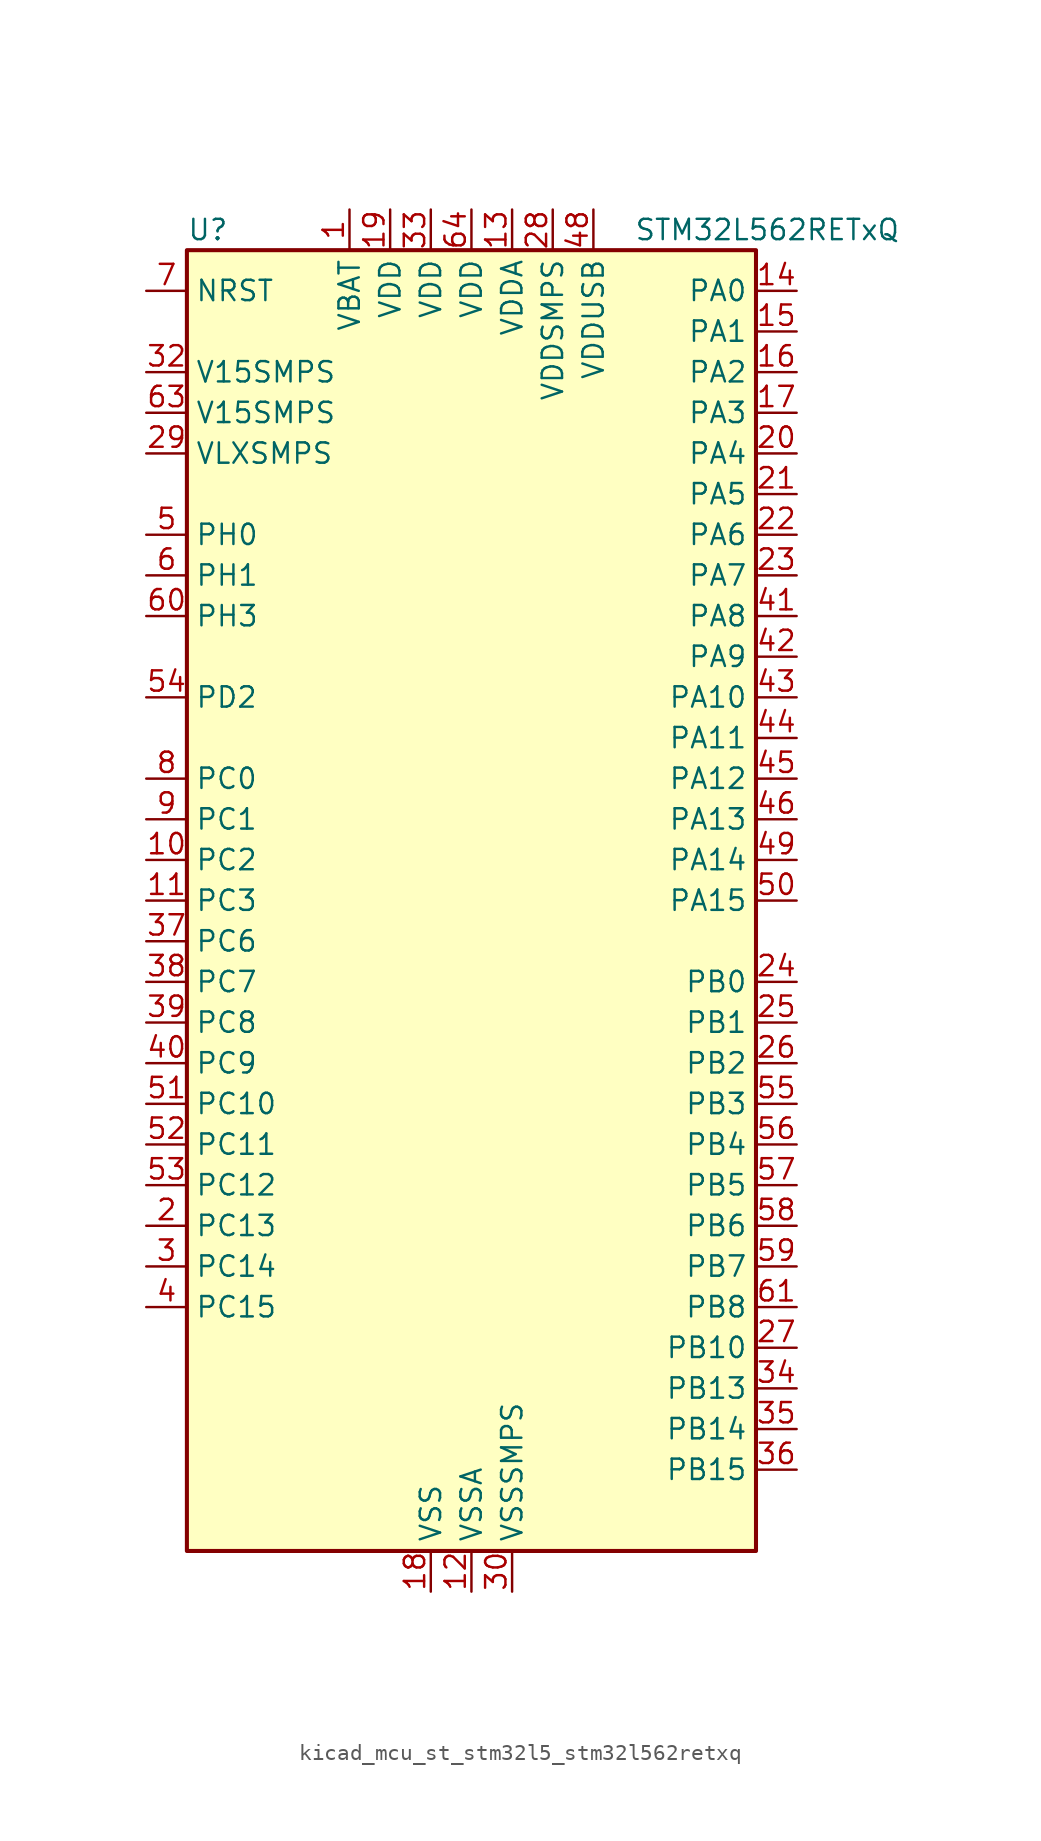
<source format=kicad_sym>
(kicad_symbol_lib
  (version 20220914)
  (generator kicad_symbol_editor)
  (symbol "kicad_mcu_st_stm32l5_stm32l562retxq"
    (property "Reference" "U"
      (at -17.78 41.91 0)
      (effects (font (size 1.27 1.27)) (justify left)))
    (property "Value" "STM32L562RETxQ"
      (at 10.16 41.91 0)
      (effects (font (size 1.27 1.27)) (justify left)))
    (property "ki_locked" ""
      (at 0 0 0)
      (effects (font (size 1.27 1.27))))
    (symbol "kicad_mcu_st_stm32l5_stm32l562retxq_0_1"
      (rectangle (start -17.78 -40.64) (end 17.78 40.64) (stroke (width 0.254) (type default)) (fill (type background))))
    (symbol "kicad_mcu_st_stm32l5_stm32l562retxq_1_1"
      (pin power_in line (at -7.62 43.18 270) (length 2.54) (name "VBAT" (effects (font (size 1.27 1.27)))) (number "1" (effects (font (size 1.27 1.27)))))
      (pin bidirectional line (at -20.32 2.54 0) (length 2.54) (name "PC2" (effects (font (size 1.27 1.27)))) (number "10" (effects (font (size 1.27 1.27)))) (alternate "ADC1_IN3" bidirectional line) (alternate "ADC2_IN3" bidirectional line) (alternate "DFSDM1_CKOUT" bidirectional line) (alternate "LPTIM1_IN2" bidirectional line) (alternate "OCTOSPI1_IO5" bidirectional line) (alternate "SPI2_MISO" bidirectional line))
      (pin bidirectional line (at -20.32 0 0) (length 2.54) (name "PC3" (effects (font (size 1.27 1.27)))) (number "11" (effects (font (size 1.27 1.27)))) (alternate "ADC1_IN4" bidirectional line) (alternate "ADC2_IN4" bidirectional line) (alternate "LPTIM1_ETR" bidirectional line) (alternate "LPTIM2_ETR" bidirectional line) (alternate "LPTIM3_OUT" bidirectional line) (alternate "OCTOSPI1_IO6" bidirectional line) (alternate "SAI1_D1" bidirectional line) (alternate "SAI1_SD_A" bidirectional line) (alternate "SPI2_MOSI" bidirectional line))
      (pin power_in line (at 0 -43.18 90) (length 2.54) (name "VSSA" (effects (font (size 1.27 1.27)))) (number "12" (effects (font (size 1.27 1.27)))))
      (pin power_in line (at 2.54 43.18 270) (length 2.54) (name "VDDA" (effects (font (size 1.27 1.27)))) (number "13" (effects (font (size 1.27 1.27)))))
      (pin bidirectional line (at 20.32 38.1 180) (length 2.54) (name "PA0" (effects (font (size 1.27 1.27)))) (number "14" (effects (font (size 1.27 1.27)))) (alternate "ADC1_IN5" bidirectional line) (alternate "ADC2_IN5" bidirectional line) (alternate "OPAMP1_VINP" bidirectional line) (alternate "PWR_WKUP1" bidirectional line) (alternate "SAI1_EXTCLK" bidirectional line) (alternate "TAMP_IN2" bidirectional line) (alternate "TAMP_OUT1" bidirectional line) (alternate "TIM2_CH1" bidirectional line) (alternate "TIM2_ETR" bidirectional line) (alternate "TIM5_CH1" bidirectional line) (alternate "TIM8_ETR" bidirectional line) (alternate "UART4_TX" bidirectional line) (alternate "USART2_CTS" bidirectional line) (alternate "USART2_NSS" bidirectional line))
      (pin bidirectional line (at 20.32 35.56 180) (length 2.54) (name "PA1" (effects (font (size 1.27 1.27)))) (number "15" (effects (font (size 1.27 1.27)))) (alternate "ADC1_IN6" bidirectional line) (alternate "ADC2_IN6" bidirectional line) (alternate "I2C1_SMBA" bidirectional line) (alternate "OCTOSPI1_DQS" bidirectional line) (alternate "OPAMP1_VINM" bidirectional line) (alternate "SPI1_SCK" bidirectional line) (alternate "TAMP_IN5" bidirectional line) (alternate "TAMP_OUT4" bidirectional line) (alternate "TIM15_CH1N" bidirectional line) (alternate "TIM2_CH2" bidirectional line) (alternate "TIM5_CH2" bidirectional line) (alternate "UART4_RX" bidirectional line) (alternate "USART2_DE" bidirectional line) (alternate "USART2_RTS" bidirectional line))
      (pin bidirectional line (at 20.32 33.02 180) (length 2.54) (name "PA2" (effects (font (size 1.27 1.27)))) (number "16" (effects (font (size 1.27 1.27)))) (alternate "ADC1_IN7" bidirectional line) (alternate "ADC2_IN7" bidirectional line) (alternate "COMP1_INP" bidirectional line) (alternate "LPUART1_TX" bidirectional line) (alternate "OCTOSPI1_NCS" bidirectional line) (alternate "PWR_WKUP4" bidirectional line) (alternate "RCC_LSCO" bidirectional line) (alternate "SAI2_EXTCLK" bidirectional line) (alternate "TIM15_CH1" bidirectional line) (alternate "TIM2_CH3" bidirectional line) (alternate "TIM5_CH3" bidirectional line) (alternate "UCPD1_FRSTX1" bidirectional line) (alternate "USART2_TX" bidirectional line))
      (pin bidirectional line (at 20.32 30.48 180) (length 2.54) (name "PA3" (effects (font (size 1.27 1.27)))) (number "17" (effects (font (size 1.27 1.27)))) (alternate "ADC1_IN8" bidirectional line) (alternate "ADC2_IN8" bidirectional line) (alternate "LPUART1_RX" bidirectional line) (alternate "OCTOSPI1_CLK" bidirectional line) (alternate "OPAMP1_VOUT" bidirectional line) (alternate "SAI1_CK1" bidirectional line) (alternate "SAI1_MCLK_A" bidirectional line) (alternate "TIM15_CH2" bidirectional line) (alternate "TIM2_CH4" bidirectional line) (alternate "TIM5_CH4" bidirectional line) (alternate "USART2_RX" bidirectional line))
      (pin power_in line (at -2.54 -43.18 90) (length 2.54) (name "VSS" (effects (font (size 1.27 1.27)))) (number "18" (effects (font (size 1.27 1.27)))))
      (pin power_in line (at -5.08 43.18 270) (length 2.54) (name "VDD" (effects (font (size 1.27 1.27)))) (number "19" (effects (font (size 1.27 1.27)))))
      (pin bidirectional line (at -20.32 -20.32 0) (length 2.54) (name "PC13" (effects (font (size 1.27 1.27)))) (number "2" (effects (font (size 1.27 1.27)))) (alternate "PWR_WKUP2" bidirectional line) (alternate "RTC_OUT1" bidirectional line) (alternate "RTC_TS" bidirectional line) (alternate "TAMP_IN1" bidirectional line) (alternate "TAMP_OUT2" bidirectional line))
      (pin bidirectional line (at 20.32 27.94 180) (length 2.54) (name "PA4" (effects (font (size 1.27 1.27)))) (number "20" (effects (font (size 1.27 1.27)))) (alternate "ADC1_IN9" bidirectional line) (alternate "ADC2_IN9" bidirectional line) (alternate "DAC1_OUT1" bidirectional line) (alternate "LPTIM2_OUT" bidirectional line) (alternate "OCTOSPI1_NCS" bidirectional line) (alternate "SAI1_FS_B" bidirectional line) (alternate "SPI1_NSS" bidirectional line) (alternate "SPI3_NSS" bidirectional line) (alternate "USART2_CK" bidirectional line))
      (pin bidirectional line (at 20.32 25.4 180) (length 2.54) (name "PA5" (effects (font (size 1.27 1.27)))) (number "21" (effects (font (size 1.27 1.27)))) (alternate "ADC1_IN10" bidirectional line) (alternate "ADC2_IN10" bidirectional line) (alternate "DAC1_OUT2" bidirectional line) (alternate "LPTIM2_ETR" bidirectional line) (alternate "SPI1_SCK" bidirectional line) (alternate "TIM2_CH1" bidirectional line) (alternate "TIM2_ETR" bidirectional line) (alternate "TIM8_CH1N" bidirectional line))
      (pin bidirectional line (at 20.32 22.86 180) (length 2.54) (name "PA6" (effects (font (size 1.27 1.27)))) (number "22" (effects (font (size 1.27 1.27)))) (alternate "ADC1_IN11" bidirectional line) (alternate "ADC2_IN11" bidirectional line) (alternate "LPUART1_CTS" bidirectional line) (alternate "OCTOSPI1_IO3" bidirectional line) (alternate "OPAMP2_VINP" bidirectional line) (alternate "SPI1_MISO" bidirectional line) (alternate "TIM16_CH1" bidirectional line) (alternate "TIM1_BKIN" bidirectional line) (alternate "TIM3_CH1" bidirectional line) (alternate "TIM8_BKIN" bidirectional line) (alternate "USART3_CTS" bidirectional line) (alternate "USART3_NSS" bidirectional line))
      (pin bidirectional line (at 20.32 20.32 180) (length 2.54) (name "PA7" (effects (font (size 1.27 1.27)))) (number "23" (effects (font (size 1.27 1.27)))) (alternate "ADC1_IN12" bidirectional line) (alternate "ADC2_IN12" bidirectional line) (alternate "I2C3_SCL" bidirectional line) (alternate "OCTOSPI1_IO2" bidirectional line) (alternate "OPAMP2_VINM" bidirectional line) (alternate "SPI1_MOSI" bidirectional line) (alternate "TIM17_CH1" bidirectional line) (alternate "TIM1_CH1N" bidirectional line) (alternate "TIM3_CH2" bidirectional line) (alternate "TIM8_CH1N" bidirectional line))
      (pin bidirectional line (at 20.32 -5.08 180) (length 2.54) (name "PB0" (effects (font (size 1.27 1.27)))) (number "24" (effects (font (size 1.27 1.27)))) (alternate "ADC1_IN15" bidirectional line) (alternate "ADC2_IN15" bidirectional line) (alternate "COMP1_OUT" bidirectional line) (alternate "OCTOSPI1_IO1" bidirectional line) (alternate "OPAMP2_VOUT" bidirectional line) (alternate "SAI1_EXTCLK" bidirectional line) (alternate "SPI1_NSS" bidirectional line) (alternate "TIM1_CH2N" bidirectional line) (alternate "TIM3_CH3" bidirectional line) (alternate "TIM8_CH2N" bidirectional line) (alternate "USART3_CK" bidirectional line))
      (pin bidirectional line (at 20.32 -7.62 180) (length 2.54) (name "PB1" (effects (font (size 1.27 1.27)))) (number "25" (effects (font (size 1.27 1.27)))) (alternate "ADC1_IN16" bidirectional line) (alternate "ADC2_IN16" bidirectional line) (alternate "COMP1_INM" bidirectional line) (alternate "DFSDM1_DATIN0" bidirectional line) (alternate "LPTIM2_IN1" bidirectional line) (alternate "LPUART1_DE" bidirectional line) (alternate "LPUART1_RTS" bidirectional line) (alternate "OCTOSPI1_IO0" bidirectional line) (alternate "TIM1_CH3N" bidirectional line) (alternate "TIM3_CH4" bidirectional line) (alternate "TIM8_CH3N" bidirectional line) (alternate "USART3_DE" bidirectional line) (alternate "USART3_RTS" bidirectional line))
      (pin bidirectional line (at 20.32 -10.16 180) (length 2.54) (name "PB2" (effects (font (size 1.27 1.27)))) (number "26" (effects (font (size 1.27 1.27)))) (alternate "COMP1_INP" bidirectional line) (alternate "DFSDM1_CKIN0" bidirectional line) (alternate "I2C3_SMBA" bidirectional line) (alternate "LPTIM1_OUT" bidirectional line) (alternate "OCTOSPI1_DQS" bidirectional line) (alternate "RTC_OUT2" bidirectional line) (alternate "UCPD1_FRSTX1" bidirectional line))
      (pin bidirectional line (at 20.32 -27.94 180) (length 2.54) (name "PB10" (effects (font (size 1.27 1.27)))) (number "27" (effects (font (size 1.27 1.27)))) (alternate "COMP1_OUT" bidirectional line) (alternate "I2C2_SCL" bidirectional line) (alternate "I2C4_SCL" bidirectional line) (alternate "LPTIM3_OUT" bidirectional line) (alternate "LPUART1_RX" bidirectional line) (alternate "OCTOSPI1_CLK" bidirectional line) (alternate "SAI1_SCK_A" bidirectional line) (alternate "SPI2_SCK" bidirectional line) (alternate "TIM2_CH3" bidirectional line) (alternate "TSC_SYNC" bidirectional line) (alternate "USART3_TX" bidirectional line))
      (pin power_in line (at 5.08 43.18 270) (length 2.54) (name "VDDSMPS" (effects (font (size 1.27 1.27)))) (number "28" (effects (font (size 1.27 1.27)))))
      (pin power_in line (at -20.32 27.94 0) (length 2.54) (name "VLXSMPS" (effects (font (size 1.27 1.27)))) (number "29" (effects (font (size 1.27 1.27)))))
      (pin bidirectional line (at -20.32 -22.86 0) (length 2.54) (name "PC14" (effects (font (size 1.27 1.27)))) (number "3" (effects (font (size 1.27 1.27)))) (alternate "RCC_OSC32_IN" bidirectional line))
      (pin power_in line (at 2.54 -43.18 90) (length 2.54) (name "VSSSMPS" (effects (font (size 1.27 1.27)))) (number "30" (effects (font (size 1.27 1.27)))))
      (pin passive line (at -2.54 -43.18 90) (length 2.54) hide (name "VSS" (effects (font (size 1.27 1.27)))) (number "31" (effects (font (size 1.27 1.27)))))
      (pin power_in line (at -20.32 33.02 0) (length 2.54) (name "V15SMPS" (effects (font (size 1.27 1.27)))) (number "32" (effects (font (size 1.27 1.27)))))
      (pin power_in line (at -2.54 43.18 270) (length 2.54) (name "VDD" (effects (font (size 1.27 1.27)))) (number "33" (effects (font (size 1.27 1.27)))))
      (pin bidirectional line (at 20.32 -30.48 180) (length 2.54) (name "PB13" (effects (font (size 1.27 1.27)))) (number "34" (effects (font (size 1.27 1.27)))) (alternate "DFSDM1_CKIN1" bidirectional line) (alternate "I2C2_SCL" bidirectional line) (alternate "LPTIM3_IN1" bidirectional line) (alternate "LPUART1_CTS" bidirectional line) (alternate "SAI2_SCK_A" bidirectional line) (alternate "SPI2_SCK" bidirectional line) (alternate "TIM15_CH1N" bidirectional line) (alternate "TIM1_CH1N" bidirectional line) (alternate "TSC_G1_IO2" bidirectional line) (alternate "UCPD1_FRSTX2" bidirectional line) (alternate "USART3_CTS" bidirectional line) (alternate "USART3_NSS" bidirectional line))
      (pin bidirectional line (at 20.32 -33.02 180) (length 2.54) (name "PB14" (effects (font (size 1.27 1.27)))) (number "35" (effects (font (size 1.27 1.27)))) (alternate "DFSDM1_DATIN2" bidirectional line) (alternate "I2C2_SDA" bidirectional line) (alternate "LPTIM3_ETR" bidirectional line) (alternate "SAI2_MCLK_A" bidirectional line) (alternate "SPI2_MISO" bidirectional line) (alternate "TIM15_CH1" bidirectional line) (alternate "TIM1_CH2N" bidirectional line) (alternate "TIM8_CH2N" bidirectional line) (alternate "TSC_G1_IO3" bidirectional line) (alternate "UCPD1_DBCC2" bidirectional line) (alternate "USART3_DE" bidirectional line) (alternate "USART3_RTS" bidirectional line))
      (pin bidirectional line (at 20.32 -35.56 180) (length 2.54) (name "PB15" (effects (font (size 1.27 1.27)))) (number "36" (effects (font (size 1.27 1.27)))) (alternate "ADC1_EXTI15" bidirectional line) (alternate "ADC2_EXTI15" bidirectional line) (alternate "DFSDM1_CKIN2" bidirectional line) (alternate "RTC_REFIN" bidirectional line) (alternate "SAI2_SD_A" bidirectional line) (alternate "SPI2_MOSI" bidirectional line) (alternate "TIM15_CH2" bidirectional line) (alternate "TIM1_CH3N" bidirectional line) (alternate "TIM8_CH3N" bidirectional line) (alternate "UCPD1_CC2" bidirectional line))
      (pin bidirectional line (at -20.32 -2.54 0) (length 2.54) (name "PC6" (effects (font (size 1.27 1.27)))) (number "37" (effects (font (size 1.27 1.27)))) (alternate "DFSDM1_CKIN3" bidirectional line) (alternate "SAI2_MCLK_A" bidirectional line) (alternate "SDMMC1_D0DIR" bidirectional line) (alternate "SDMMC1_D6" bidirectional line) (alternate "TIM3_CH1" bidirectional line) (alternate "TIM8_CH1" bidirectional line) (alternate "TSC_G4_IO1" bidirectional line))
      (pin bidirectional line (at -20.32 -5.08 0) (length 2.54) (name "PC7" (effects (font (size 1.27 1.27)))) (number "38" (effects (font (size 1.27 1.27)))) (alternate "DFSDM1_DATIN3" bidirectional line) (alternate "SAI2_MCLK_B" bidirectional line) (alternate "SDMMC1_D123DIR" bidirectional line) (alternate "SDMMC1_D7" bidirectional line) (alternate "TIM3_CH2" bidirectional line) (alternate "TIM8_CH2" bidirectional line) (alternate "TSC_G4_IO2" bidirectional line))
      (pin bidirectional line (at -20.32 -7.62 0) (length 2.54) (name "PC8" (effects (font (size 1.27 1.27)))) (number "39" (effects (font (size 1.27 1.27)))) (alternate "SDMMC1_D0" bidirectional line) (alternate "TIM3_CH3" bidirectional line) (alternate "TIM8_CH3" bidirectional line) (alternate "TSC_G4_IO3" bidirectional line))
      (pin bidirectional line (at -20.32 -25.4 0) (length 2.54) (name "PC15" (effects (font (size 1.27 1.27)))) (number "4" (effects (font (size 1.27 1.27)))) (alternate "ADC1_EXTI15" bidirectional line) (alternate "ADC2_EXTI15" bidirectional line) (alternate "RCC_OSC32_OUT" bidirectional line))
      (pin bidirectional line (at -20.32 -10.16 0) (length 2.54) (name "PC9" (effects (font (size 1.27 1.27)))) (number "40" (effects (font (size 1.27 1.27)))) (alternate "DAC1_EXTI9" bidirectional line) (alternate "DEBUG_TRACED0" bidirectional line) (alternate "SAI2_EXTCLK" bidirectional line) (alternate "SDMMC1_D1" bidirectional line) (alternate "TIM3_CH4" bidirectional line) (alternate "TIM8_BKIN2" bidirectional line) (alternate "TIM8_CH4" bidirectional line) (alternate "TSC_G4_IO4" bidirectional line) (alternate "USB_NOE" bidirectional line))
      (pin bidirectional line (at 20.32 17.78 180) (length 2.54) (name "PA8" (effects (font (size 1.27 1.27)))) (number "41" (effects (font (size 1.27 1.27)))) (alternate "LPTIM2_OUT" bidirectional line) (alternate "RCC_MCO" bidirectional line) (alternate "SAI1_CK2" bidirectional line) (alternate "SAI1_SCK_A" bidirectional line) (alternate "TIM1_CH1" bidirectional line) (alternate "USART1_CK" bidirectional line))
      (pin bidirectional line (at 20.32 15.24 180) (length 2.54) (name "PA9" (effects (font (size 1.27 1.27)))) (number "42" (effects (font (size 1.27 1.27)))) (alternate "DAC1_EXTI9" bidirectional line) (alternate "SAI1_FS_A" bidirectional line) (alternate "SPI2_SCK" bidirectional line) (alternate "TIM15_BKIN" bidirectional line) (alternate "TIM1_CH2" bidirectional line) (alternate "USART1_TX" bidirectional line))
      (pin bidirectional line (at 20.32 12.7 180) (length 2.54) (name "PA10" (effects (font (size 1.27 1.27)))) (number "43" (effects (font (size 1.27 1.27)))) (alternate "CRS_SYNC" bidirectional line) (alternate "SAI1_D1" bidirectional line) (alternate "SAI1_SD_A" bidirectional line) (alternate "TIM17_BKIN" bidirectional line) (alternate "TIM1_CH3" bidirectional line) (alternate "USART1_RX" bidirectional line))
      (pin bidirectional line (at 20.32 10.16 180) (length 2.54) (name "PA11" (effects (font (size 1.27 1.27)))) (number "44" (effects (font (size 1.27 1.27)))) (alternate "ADC1_EXTI11" bidirectional line) (alternate "ADC2_EXTI11" bidirectional line) (alternate "FDCAN1_RX" bidirectional line) (alternate "SPI1_MISO" bidirectional line) (alternate "TIM1_BKIN2" bidirectional line) (alternate "TIM1_CH4" bidirectional line) (alternate "USART1_CTS" bidirectional line) (alternate "USART1_NSS" bidirectional line) (alternate "USB_DM" bidirectional line))
      (pin bidirectional line (at 20.32 7.62 180) (length 2.54) (name "PA12" (effects (font (size 1.27 1.27)))) (number "45" (effects (font (size 1.27 1.27)))) (alternate "FDCAN1_TX" bidirectional line) (alternate "SPI1_MOSI" bidirectional line) (alternate "TIM1_ETR" bidirectional line) (alternate "USART1_DE" bidirectional line) (alternate "USART1_RTS" bidirectional line) (alternate "USB_DP" bidirectional line))
      (pin bidirectional line (at 20.32 5.08 180) (length 2.54) (name "PA13" (effects (font (size 1.27 1.27)))) (number "46" (effects (font (size 1.27 1.27)))) (alternate "DEBUG_JTMS-SWDIO" bidirectional line) (alternate "IR_OUT" bidirectional line) (alternate "SAI1_SD_B" bidirectional line) (alternate "USB_NOE" bidirectional line))
      (pin passive line (at -2.54 -43.18 90) (length 2.54) hide (name "VSS" (effects (font (size 1.27 1.27)))) (number "47" (effects (font (size 1.27 1.27)))))
      (pin power_in line (at 7.62 43.18 270) (length 2.54) (name "VDDUSB" (effects (font (size 1.27 1.27)))) (number "48" (effects (font (size 1.27 1.27)))))
      (pin bidirectional line (at 20.32 2.54 180) (length 2.54) (name "PA14" (effects (font (size 1.27 1.27)))) (number "49" (effects (font (size 1.27 1.27)))) (alternate "DEBUG_JTCK-SWCLK" bidirectional line) (alternate "I2C1_SMBA" bidirectional line) (alternate "I2C4_SMBA" bidirectional line) (alternate "LPTIM1_OUT" bidirectional line) (alternate "SAI1_FS_B" bidirectional line))
      (pin bidirectional line (at -20.32 22.86 0) (length 2.54) (name "PH0" (effects (font (size 1.27 1.27)))) (number "5" (effects (font (size 1.27 1.27)))) (alternate "RCC_OSC_IN" bidirectional line))
      (pin bidirectional line (at 20.32 0 180) (length 2.54) (name "PA15" (effects (font (size 1.27 1.27)))) (number "50" (effects (font (size 1.27 1.27)))) (alternate "ADC1_EXTI15" bidirectional line) (alternate "ADC2_EXTI15" bidirectional line) (alternate "DEBUG_JTDI" bidirectional line) (alternate "SAI2_FS_B" bidirectional line) (alternate "SPI1_NSS" bidirectional line) (alternate "SPI3_NSS" bidirectional line) (alternate "TIM2_CH1" bidirectional line) (alternate "TIM2_ETR" bidirectional line) (alternate "UART4_DE" bidirectional line) (alternate "UART4_RTS" bidirectional line) (alternate "UCPD1_CC1" bidirectional line) (alternate "USART2_RX" bidirectional line) (alternate "USART3_DE" bidirectional line) (alternate "USART3_RTS" bidirectional line))
      (pin bidirectional line (at -20.32 -12.7 0) (length 2.54) (name "PC10" (effects (font (size 1.27 1.27)))) (number "51" (effects (font (size 1.27 1.27)))) (alternate "DEBUG_TRACED1" bidirectional line) (alternate "LPTIM3_ETR" bidirectional line) (alternate "SAI2_SCK_B" bidirectional line) (alternate "SDMMC1_D2" bidirectional line) (alternate "SPI3_SCK" bidirectional line) (alternate "TSC_G3_IO2" bidirectional line) (alternate "UART4_TX" bidirectional line) (alternate "USART3_TX" bidirectional line))
      (pin bidirectional line (at -20.32 -15.24 0) (length 2.54) (name "PC11" (effects (font (size 1.27 1.27)))) (number "52" (effects (font (size 1.27 1.27)))) (alternate "ADC1_EXTI11" bidirectional line) (alternate "ADC2_EXTI11" bidirectional line) (alternate "LPTIM3_IN1" bidirectional line) (alternate "OCTOSPI1_NCS" bidirectional line) (alternate "SAI2_MCLK_B" bidirectional line) (alternate "SDMMC1_D3" bidirectional line) (alternate "SPI3_MISO" bidirectional line) (alternate "TSC_G3_IO3" bidirectional line) (alternate "UART4_RX" bidirectional line) (alternate "UCPD1_FRSTX2" bidirectional line) (alternate "USART3_RX" bidirectional line))
      (pin bidirectional line (at -20.32 -17.78 0) (length 2.54) (name "PC12" (effects (font (size 1.27 1.27)))) (number "53" (effects (font (size 1.27 1.27)))) (alternate "DEBUG_TRACED3" bidirectional line) (alternate "SAI2_SD_B" bidirectional line) (alternate "SDMMC1_CK" bidirectional line) (alternate "SPI3_MOSI" bidirectional line) (alternate "TSC_G3_IO4" bidirectional line) (alternate "UART5_TX" bidirectional line) (alternate "USART3_CK" bidirectional line))
      (pin bidirectional line (at -20.32 12.7 0) (length 2.54) (name "PD2" (effects (font (size 1.27 1.27)))) (number "54" (effects (font (size 1.27 1.27)))) (alternate "DEBUG_TRACED2" bidirectional line) (alternate "SDMMC1_CMD" bidirectional line) (alternate "TIM3_ETR" bidirectional line) (alternate "TSC_SYNC" bidirectional line) (alternate "UART5_RX" bidirectional line) (alternate "USART3_DE" bidirectional line) (alternate "USART3_RTS" bidirectional line))
      (pin bidirectional line (at 20.32 -12.7 180) (length 2.54) (name "PB3" (effects (font (size 1.27 1.27)))) (number "55" (effects (font (size 1.27 1.27)))) (alternate "COMP2_INM" bidirectional line) (alternate "CRS_SYNC" bidirectional line) (alternate "DEBUG_JTDO-SWO" bidirectional line) (alternate "SAI1_SCK_B" bidirectional line) (alternate "SPI1_SCK" bidirectional line) (alternate "SPI3_SCK" bidirectional line) (alternate "TIM2_CH2" bidirectional line) (alternate "USART1_DE" bidirectional line) (alternate "USART1_RTS" bidirectional line))
      (pin bidirectional line (at 20.32 -15.24 180) (length 2.54) (name "PB4" (effects (font (size 1.27 1.27)))) (number "56" (effects (font (size 1.27 1.27)))) (alternate "COMP2_INP" bidirectional line) (alternate "DEBUG_JTRST" bidirectional line) (alternate "I2C3_SDA" bidirectional line) (alternate "SAI1_MCLK_B" bidirectional line) (alternate "SPI1_MISO" bidirectional line) (alternate "SPI3_MISO" bidirectional line) (alternate "TIM17_BKIN" bidirectional line) (alternate "TIM3_CH1" bidirectional line) (alternate "TSC_G2_IO1" bidirectional line) (alternate "UART5_DE" bidirectional line) (alternate "UART5_RTS" bidirectional line) (alternate "USART1_CTS" bidirectional line) (alternate "USART1_NSS" bidirectional line))
      (pin bidirectional line (at 20.32 -17.78 180) (length 2.54) (name "PB5" (effects (font (size 1.27 1.27)))) (number "57" (effects (font (size 1.27 1.27)))) (alternate "COMP2_OUT" bidirectional line) (alternate "I2C1_SMBA" bidirectional line) (alternate "LPTIM1_IN1" bidirectional line) (alternate "OCTOSPI1_NCLK" bidirectional line) (alternate "SAI1_SD_B" bidirectional line) (alternate "SPI1_MOSI" bidirectional line) (alternate "SPI3_MOSI" bidirectional line) (alternate "TIM16_BKIN" bidirectional line) (alternate "TIM3_CH2" bidirectional line) (alternate "TSC_G2_IO2" bidirectional line) (alternate "UART5_CTS" bidirectional line) (alternate "UCPD1_DBCC1" bidirectional line) (alternate "USART1_CK" bidirectional line))
      (pin bidirectional line (at 20.32 -20.32 180) (length 2.54) (name "PB6" (effects (font (size 1.27 1.27)))) (number "58" (effects (font (size 1.27 1.27)))) (alternate "COMP2_INP" bidirectional line) (alternate "I2C1_SCL" bidirectional line) (alternate "I2C4_SCL" bidirectional line) (alternate "LPTIM1_ETR" bidirectional line) (alternate "SAI1_FS_B" bidirectional line) (alternate "TIM16_CH1N" bidirectional line) (alternate "TIM4_CH1" bidirectional line) (alternate "TIM8_BKIN2" bidirectional line) (alternate "TSC_G2_IO3" bidirectional line) (alternate "USART1_TX" bidirectional line))
      (pin bidirectional line (at 20.32 -22.86 180) (length 2.54) (name "PB7" (effects (font (size 1.27 1.27)))) (number "59" (effects (font (size 1.27 1.27)))) (alternate "COMP2_INM" bidirectional line) (alternate "I2C1_SDA" bidirectional line) (alternate "I2C4_SDA" bidirectional line) (alternate "LPTIM1_IN2" bidirectional line) (alternate "PWR_PVD_IN" bidirectional line) (alternate "TIM17_CH1N" bidirectional line) (alternate "TIM4_CH2" bidirectional line) (alternate "TIM8_BKIN" bidirectional line) (alternate "TSC_G2_IO4" bidirectional line) (alternate "UART4_CTS" bidirectional line) (alternate "USART1_RX" bidirectional line))
      (pin bidirectional line (at -20.32 20.32 0) (length 2.54) (name "PH1" (effects (font (size 1.27 1.27)))) (number "6" (effects (font (size 1.27 1.27)))) (alternate "RCC_OSC_OUT" bidirectional line))
      (pin bidirectional line (at -20.32 17.78 0) (length 2.54) (name "PH3" (effects (font (size 1.27 1.27)))) (number "60" (effects (font (size 1.27 1.27)))))
      (pin bidirectional line (at 20.32 -25.4 180) (length 2.54) (name "PB8" (effects (font (size 1.27 1.27)))) (number "61" (effects (font (size 1.27 1.27)))) (alternate "DFSDM1_CKOUT" bidirectional line) (alternate "FDCAN1_RX" bidirectional line) (alternate "I2C1_SCL" bidirectional line) (alternate "SAI1_CK1" bidirectional line) (alternate "SAI1_MCLK_A" bidirectional line) (alternate "SDMMC1_CKIN" bidirectional line) (alternate "SDMMC1_D4" bidirectional line) (alternate "TIM16_CH1" bidirectional line) (alternate "TIM4_CH3" bidirectional line))
      (pin passive line (at -2.54 -43.18 90) (length 2.54) hide (name "VSS" (effects (font (size 1.27 1.27)))) (number "62" (effects (font (size 1.27 1.27)))))
      (pin power_in line (at -20.32 30.48 0) (length 2.54) (name "V15SMPS" (effects (font (size 1.27 1.27)))) (number "63" (effects (font (size 1.27 1.27)))))
      (pin power_in line (at 0 43.18 270) (length 2.54) (name "VDD" (effects (font (size 1.27 1.27)))) (number "64" (effects (font (size 1.27 1.27)))))
      (pin input line (at -20.32 38.1 0) (length 2.54) (name "NRST" (effects (font (size 1.27 1.27)))) (number "7" (effects (font (size 1.27 1.27)))))
      (pin bidirectional line (at -20.32 7.62 0) (length 2.54) (name "PC0" (effects (font (size 1.27 1.27)))) (number "8" (effects (font (size 1.27 1.27)))) (alternate "ADC1_IN1" bidirectional line) (alternate "ADC2_IN1" bidirectional line) (alternate "I2C3_SCL" bidirectional line) (alternate "LPTIM1_IN1" bidirectional line) (alternate "LPTIM2_IN1" bidirectional line) (alternate "LPUART1_RX" bidirectional line) (alternate "OCTOSPI1_IO7" bidirectional line) (alternate "SAI2_FS_A" bidirectional line) (alternate "SDMMC1_D5" bidirectional line))
      (pin bidirectional line (at -20.32 5.08 0) (length 2.54) (name "PC1" (effects (font (size 1.27 1.27)))) (number "9" (effects (font (size 1.27 1.27)))) (alternate "ADC1_IN2" bidirectional line) (alternate "ADC2_IN2" bidirectional line) (alternate "DEBUG_TRACED0" bidirectional line) (alternate "I2C3_SDA" bidirectional line) (alternate "LPTIM1_OUT" bidirectional line) (alternate "LPUART1_TX" bidirectional line) (alternate "OCTOSPI1_IO4" bidirectional line) (alternate "SAI1_SD_A" bidirectional line) (alternate "SPI2_MOSI" bidirectional line)))))
</source>
